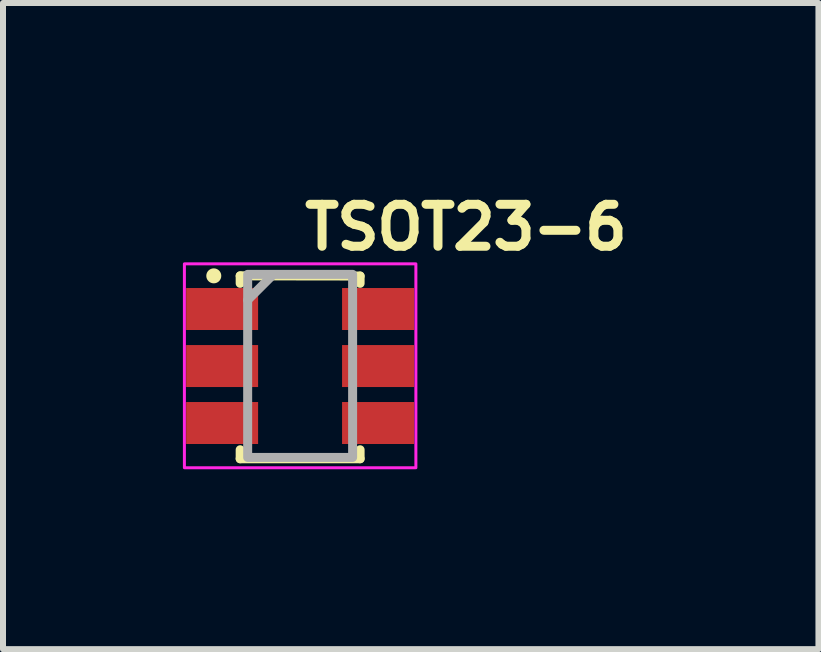
<source format=kicad_pcb>
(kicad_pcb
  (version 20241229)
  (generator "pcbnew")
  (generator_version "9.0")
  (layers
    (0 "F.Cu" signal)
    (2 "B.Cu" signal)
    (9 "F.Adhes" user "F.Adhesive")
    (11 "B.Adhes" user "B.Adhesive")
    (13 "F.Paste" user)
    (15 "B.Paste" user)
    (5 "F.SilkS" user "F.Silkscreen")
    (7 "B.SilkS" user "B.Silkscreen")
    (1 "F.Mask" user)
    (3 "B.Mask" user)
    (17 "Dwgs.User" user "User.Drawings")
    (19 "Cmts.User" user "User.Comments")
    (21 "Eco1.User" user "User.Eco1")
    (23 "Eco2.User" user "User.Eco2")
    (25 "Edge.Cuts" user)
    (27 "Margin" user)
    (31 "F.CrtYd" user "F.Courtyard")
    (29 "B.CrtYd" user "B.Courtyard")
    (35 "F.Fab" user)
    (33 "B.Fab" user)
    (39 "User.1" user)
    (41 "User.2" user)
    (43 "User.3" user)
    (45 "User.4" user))
  (footprint "TSOT23-6"
    (layer "F.Cu")
    (at 1.955 3.05)
    (property "Reference" "TSOT23-6" (at 0 -1.9 0) (layer "F.SilkS") (effects (font (size 0.7 0.7) (thickness 0.15)) (justify left bottom)))
    (attr smd)
    (fp_line (start -1 -1.5) (end -1 -1.375) (stroke (width 0.15) (type solid)) (layer "F.SilkS"))
    (fp_line (start -1 1.55) (end -1 1.4) (stroke (width 0.15) (type solid)) (layer "F.SilkS"))
    (fp_line (start 1 -1.497) (end -1 -1.5) (stroke (width 0.15) (type solid)) (layer "F.SilkS"))
    (fp_line (start 1 -1.497) (end 1 -1.375) (stroke (width 0.15) (type solid)) (layer "F.SilkS"))
    (fp_line (start 1 1.55) (end -1 1.55) (stroke (width 0.15) (type solid)) (layer "F.SilkS"))
    (fp_line (start 1 1.55) (end 1 1.4) (stroke (width 0.15) (type solid)) (layer "F.SilkS"))
    (fp_circle (center -1.44 -1.5) (end -1.39 -1.5) (stroke (width 0.15) (type solid)) (fill yes) (layer "F.SilkS"))
    (fp_rect (start 1.93 -1.7) (end -1.93 1.7) (stroke (width 0.05) (type solid)) (fill no) (layer "F.CrtYd"))
    (fp_line (start -0.45 -1.521) (end -0.876 -1.096) (stroke (width 0.15) (type solid)) (layer "F.Fab"))
    (fp_rect (start 0.875 1.528) (end -0.875 -1.525) (stroke (width 0.15) (type solid)) (fill no) (layer "F.Fab"))
    (fp_rect (start 1.23 -1.397) (end -1.23 1.396) (stroke (width 0.15) (type solid)) (fill no) (layer "User.5"))
    (fp_line (start -1.197 -0.724) (end -1.197 -1.182) (stroke (width 0.01) (type solid)) (layer "User.9"))
    (fp_line (start -1.197 0.228) (end -1.197 -0.229) (stroke (width 0.01) (type solid)) (layer "User.9"))
    (fp_line (start -1.197 1.181) (end -1.197 0.723) (stroke (width 0.01) (type solid)) (layer "User.9"))
    (fp_line (start -0.994 -1.182) (end -1.197 -1.182) (stroke (width 0.01) (type solid)) (layer "User.9"))
    (fp_line (start -0.994 -0.724) (end -1.197 -0.724) (stroke (width 0.01) (type solid)) (layer "User.9"))
    (fp_line (start -0.994 -0.229) (end -1.197 -0.229) (stroke (width 0.01) (type solid)) (layer "User.9"))
    (fp_line (start -0.994 0.228) (end -1.197 0.228) (stroke (width 0.01) (type solid)) (layer "User.9"))
    (fp_line (start -0.994 0.723) (end -1.197 0.723) (stroke (width 0.01) (type solid)) (layer "User.9"))
    (fp_line (start -0.994 1.181) (end -1.197 1.181) (stroke (width 0.01) (type solid)) (layer "User.9"))
    (fp_line (start -0.918 -1.182) (end -0.994 -1.182) (stroke (width 0.01) (type solid)) (layer "User.9"))
    (fp_line (start -0.918 -0.724) (end -0.994 -0.724) (stroke (width 0.01) (type solid)) (layer "User.9"))
    (fp_line (start -0.918 -0.724) (end -0.918 -1.182) (stroke (width 0.01) (type solid)) (layer "User.9"))
    (fp_line (start -0.918 -0.229) (end -0.994 -0.229) (stroke (width 0.01) (type solid)) (layer "User.9"))
    (fp_line (start -0.918 0.228) (end -0.994 0.228) (stroke (width 0.01) (type solid)) (layer "User.9"))
    (fp_line (start -0.918 0.228) (end -0.918 -0.229) (stroke (width 0.01) (type solid)) (layer "User.9"))
    (fp_line (start -0.918 0.723) (end -0.994 0.723) (stroke (width 0.01) (type solid)) (layer "User.9"))
    (fp_line (start -0.918 1.181) (end -0.994 1.181) (stroke (width 0.01) (type solid)) (layer "User.9"))
    (fp_line (start -0.918 1.181) (end -0.918 0.723) (stroke (width 0.01) (type solid)) (layer "User.9"))
    (fp_line (start -0.638 -1.182) (end -0.918 -1.182) (stroke (width 0.01) (type solid)) (layer "User.9"))
    (fp_line (start -0.638 -0.724) (end -0.918 -0.724) (stroke (width 0.01) (type solid)) (layer "User.9"))
    (fp_line (start -0.638 -0.229) (end -0.918 -0.229) (stroke (width 0.01) (type solid)) (layer "User.9"))
    (fp_line (start -0.638 0.228) (end -0.918 0.228) (stroke (width 0.01) (type solid)) (layer "User.9"))
    (fp_line (start -0.638 0.723) (end -0.918 0.723) (stroke (width 0.01) (type solid)) (layer "User.9"))
    (fp_line (start -0.638 1.181) (end -0.918 1.181) (stroke (width 0.01) (type solid)) (layer "User.9"))
    (fp_line (start -0.626 -1.397) (end -0.441 -1.213) (stroke (width 0.01) (type solid)) (layer "User.9"))
    (fp_line (start -0.626 -1.397) (end 0.644 -1.397) (stroke (width 0.01) (type solid)) (layer "User.9"))
    (fp_line (start -0.626 -1.182) (end -0.626 -1.397) (stroke (width 0.01) (type solid)) (layer "User.9"))
    (fp_line (start -0.626 -0.229) (end -0.626 -0.724) (stroke (width 0.01) (type solid)) (layer "User.9"))
    (fp_line (start -0.626 0.723) (end -0.626 0.228) (stroke (width 0.01) (type solid)) (layer "User.9"))
    (fp_line (start -0.626 1.396) (end -0.626 1.181) (stroke (width 0.01) (type solid)) (layer "User.9"))
    (fp_line (start -0.626 1.396) (end -0.441 1.212) (stroke (width 0.01) (type solid)) (layer "User.9"))
    (fp_line (start -0.616 -1.182) (end -0.638 -1.182) (stroke (width 0.01) (type solid)) (layer "User.9"))
    (fp_line (start -0.616 -1.182) (end -0.616 -0.724) (stroke (width 0.01) (type solid)) (layer "User.9"))
    (fp_line (start -0.616 -0.724) (end -0.638 -0.724) (stroke (width 0.01) (type solid)) (layer "User.9"))
    (fp_line (start -0.616 -0.229) (end -0.638 -0.229) (stroke (width 0.01) (type solid)) (layer "User.9"))
    (fp_line (start -0.616 -0.229) (end -0.616 0.228) (stroke (width 0.01) (type solid)) (layer "User.9"))
    (fp_line (start -0.616 0.228) (end -0.638 0.228) (stroke (width 0.01) (type solid)) (layer "User.9"))
    (fp_line (start -0.616 0.723) (end -0.638 0.723) (stroke (width 0.01) (type solid)) (layer "User.9"))
    (fp_line (start -0.616 0.723) (end -0.616 1.181) (stroke (width 0.01) (type solid)) (layer "User.9"))
    (fp_line (start -0.616 1.181) (end -0.638 1.181) (stroke (width 0.01) (type solid)) (layer "User.9"))
    (fp_line (start -0.441 -1.213) (end -0.441 1.212) (stroke (width 0.01) (type solid)) (layer "User.9"))
    (fp_line (start -0.441 1.212) (end 0.46 1.212) (stroke (width 0.01) (type solid)) (layer "User.9"))
    (fp_line (start 0.46 -1.213) (end -0.441 -1.213) (stroke (width 0.01) (type solid)) (layer "User.9"))
    (fp_line (start 0.46 -1.213) (end 0.644 -1.397) (stroke (width 0.01) (type solid)) (layer "User.9"))
    (fp_line (start 0.46 1.212) (end 0.46 -1.213) (stroke (width 0.01) (type solid)) (layer "User.9"))
    (fp_line (start 0.46 1.212) (end 0.644 1.396) (stroke (width 0.01) (type solid)) (layer "User.9"))
    (fp_line (start 0.635 -1.182) (end 0.67 -1.182) (stroke (width 0.01) (type solid)) (layer "User.9"))
    (fp_line (start 0.635 -0.724) (end 0.635 -1.182) (stroke (width 0.01) (type solid)) (layer "User.9"))
    (fp_line (start 0.635 -0.724) (end 0.67 -0.724) (stroke (width 0.01) (type solid)) (layer "User.9"))
    (fp_line (start 0.635 -0.229) (end 0.67 -0.229) (stroke (width 0.01) (type solid)) (layer "User.9"))
    (fp_line (start 0.635 0.228) (end 0.635 -0.229) (stroke (width 0.01) (type solid)) (layer "User.9"))
    (fp_line (start 0.635 0.228) (end 0.67 0.228) (stroke (width 0.01) (type solid)) (layer "User.9"))
    (fp_line (start 0.635 0.723) (end 0.67 0.723) (stroke (width 0.01) (type solid)) (layer "User.9"))
    (fp_line (start 0.635 1.181) (end 0.635 0.723) (stroke (width 0.01) (type solid)) (layer "User.9"))
    (fp_line (start 0.635 1.181) (end 0.67 1.181) (stroke (width 0.01) (type solid)) (layer "User.9"))
    (fp_line (start 0.644 -1.397) (end 0.644 -1.182) (stroke (width 0.01) (type solid)) (layer "User.9"))
    (fp_line (start 0.644 -0.724) (end 0.644 -0.229) (stroke (width 0.01) (type solid)) (layer "User.9"))
    (fp_line (start 0.644 0.228) (end 0.644 0.723) (stroke (width 0.01) (type solid)) (layer "User.9"))
    (fp_line (start 0.644 1.181) (end 0.644 1.396) (stroke (width 0.01) (type solid)) (layer "User.9"))
    (fp_line (start 0.644 1.396) (end -0.626 1.396) (stroke (width 0.01) (type solid)) (layer "User.9"))
    (fp_line (start 0.67 -1.182) (end 0.949 -1.182) (stroke (width 0.01) (type solid)) (layer "User.9"))
    (fp_line (start 0.67 -0.724) (end 0.949 -0.724) (stroke (width 0.01) (type solid)) (layer "User.9"))
    (fp_line (start 0.67 -0.229) (end 0.949 -0.229) (stroke (width 0.01) (type solid)) (layer "User.9"))
    (fp_line (start 0.67 0.228) (end 0.949 0.228) (stroke (width 0.01) (type solid)) (layer "User.9"))
    (fp_line (start 0.67 0.723) (end 0.949 0.723) (stroke (width 0.01) (type solid)) (layer "User.9"))
    (fp_line (start 0.67 1.181) (end 0.949 1.181) (stroke (width 0.01) (type solid)) (layer "User.9"))
    (fp_line (start 0.949 -1.182) (end 0.949 -0.724) (stroke (width 0.01) (type solid)) (layer "User.9"))
    (fp_line (start 0.949 -1.182) (end 1.025 -1.182) (stroke (width 0.01) (type solid)) (layer "User.9"))
    (fp_line (start 0.949 -0.724) (end 1.025 -0.724) (stroke (width 0.01) (type solid)) (layer "User.9"))
    (fp_line (start 0.949 -0.229) (end 0.949 0.228) (stroke (width 0.01) (type solid)) (layer "User.9"))
    (fp_line (start 0.949 -0.229) (end 1.025 -0.229) (stroke (width 0.01) (type solid)) (layer "User.9"))
    (fp_line (start 0.949 0.228) (end 1.025 0.228) (stroke (width 0.01) (type solid)) (layer "User.9"))
    (fp_line (start 0.949 0.723) (end 0.949 1.181) (stroke (width 0.01) (type solid)) (layer "User.9"))
    (fp_line (start 0.949 0.723) (end 1.025 0.723) (stroke (width 0.01) (type solid)) (layer "User.9"))
    (fp_line (start 0.949 1.181) (end 1.025 1.181) (stroke (width 0.01) (type solid)) (layer "User.9"))
    (fp_line (start 1.025 -1.182) (end 1.229 -1.182) (stroke (width 0.01) (type solid)) (layer "User.9"))
    (fp_line (start 1.025 -0.724) (end 1.229 -0.724) (stroke (width 0.01) (type solid)) (layer "User.9"))
    (fp_line (start 1.025 -0.229) (end 1.229 -0.229) (stroke (width 0.01) (type solid)) (layer "User.9"))
    (fp_line (start 1.025 0.228) (end 1.229 0.228) (stroke (width 0.01) (type solid)) (layer "User.9"))
    (fp_line (start 1.025 0.723) (end 1.229 0.723) (stroke (width 0.01) (type solid)) (layer "User.9"))
    (fp_line (start 1.025 1.181) (end 1.229 1.181) (stroke (width 0.01) (type solid)) (layer "User.9"))
    (fp_line (start 1.229 -1.182) (end 1.229 -0.724) (stroke (width 0.01) (type solid)) (layer "User.9"))
    (fp_line (start 1.229 -0.229) (end 1.229 0.228) (stroke (width 0.01) (type solid)) (layer "User.9"))
    (fp_line (start 1.229 0.723) (end 1.229 1.181) (stroke (width 0.01) (type solid)) (layer "User.9"))
    (pad "1" smd rect (at -1.301 -0.947 270) (size 0.7 1.2) (layers "F.Cu" "F.Mask" "F.Paste"))
    (pad "2" smd rect (at -1.301 0.004 270) (size 0.7 1.2) (layers "F.Cu" "F.Mask" "F.Paste"))
    (pad "3" smd rect (at -1.301 0.954 270) (size 0.7 1.2) (layers "F.Cu" "F.Mask" "F.Paste"))
    (pad "4" smd rect (at 1.299 0.954 270) (size 0.7 1.2) (layers "F.Cu" "F.Mask" "F.Paste"))
    (pad "5" smd rect (at 1.299 0.004 270) (size 0.7 1.2) (layers "F.Cu" "F.Mask" "F.Paste"))
    (pad "6" smd rect (at 1.299 -0.947 270) (size 0.7 1.2) (layers "F.Cu" "F.Mask" "F.Paste")))
  (gr_rect
    (start -3 -3)
    (end 10.598 7.775)
    (stroke (width 0.1) (type default))
    (fill no)
    (layer "Edge.Cuts")))
</source>
